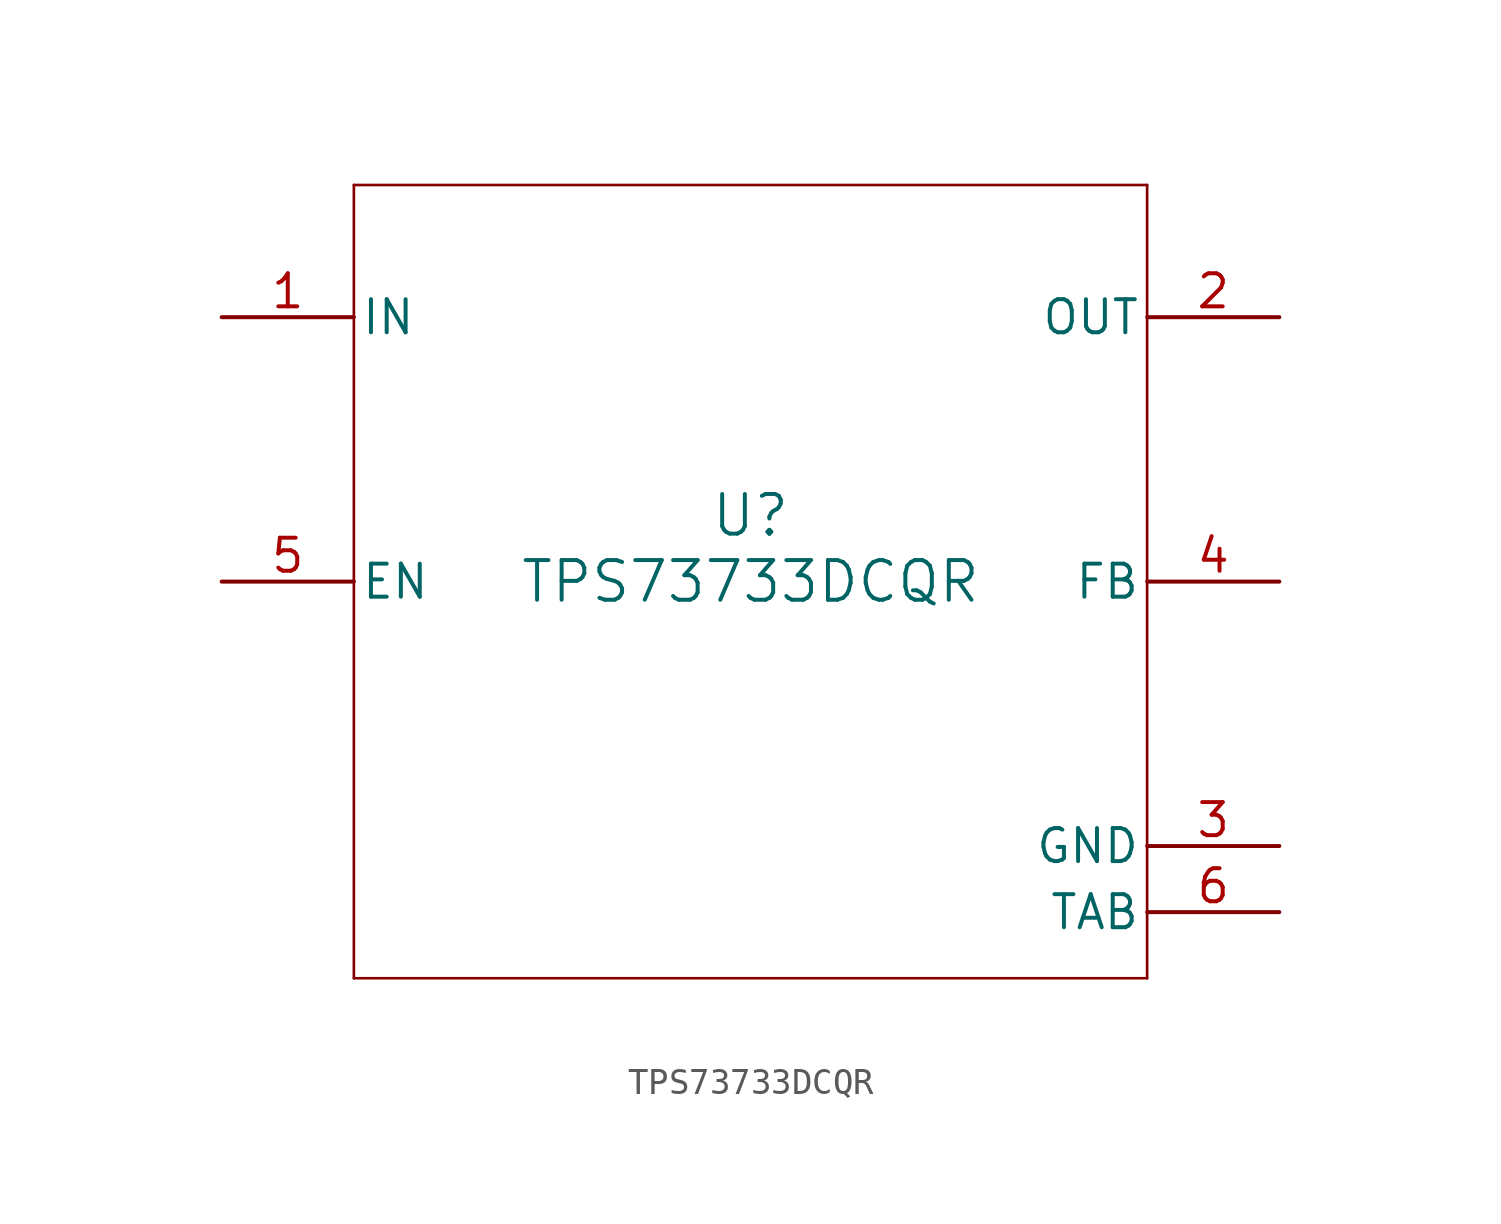
<source format=kicad_sym>
(kicad_symbol_lib
  (version 20211014)
  (generator kicad_symbol_editor)
  (symbol "TPS73733DCQR"
    (pin_names
      (offset 0.254))
    (property "Reference" "U"
      (at 0 2.54 0)
      (effects (font (size 1.524 1.524))))
    (property "Value" "TPS73733DCQR"
      (at 0 0 0)
      (effects (font (size 1.524 1.524))))
    (symbol "TPS73733DCQR_0_1"
      (polyline (pts (xy -15.24 -15.24) (xy 15.24 -15.24)) (stroke (width 0.102) (type default) (color 0 0 0 0)) (fill (type none)))
      (polyline (pts (xy 15.24 -15.24) (xy 15.24 15.24)) (stroke (width 0.102) (type default) (color 0 0 0 0)) (fill (type none)))
      (polyline (pts (xy 15.24 15.24) (xy -15.24 15.24)) (stroke (width 0.102) (type default) (color 0 0 0 0)) (fill (type none)))
      (polyline (pts (xy -15.24 15.24) (xy -15.24 -15.24)) (stroke (width 0.102) (type default) (color 0 0 0 0)) (fill (type none)))
      (pin power_in line (at -20.32 10.16 0) (length 5.08) (name "IN" (effects (font (size 1.27 1.27)))) (number "1" (effects (font (size 1.27 1.27)))))
      (pin output line (at 20.32 10.16 180) (length 5.08) (name "OUT" (effects (font (size 1.27 1.27)))) (number "2" (effects (font (size 1.27 1.27)))))
      (pin power_in line (at 20.32 -10.16 180) (length 5.08) (name "GND" (effects (font (size 1.27 1.27)))) (number "3" (effects (font (size 1.27 1.27)))))
      (pin unspecified line (at 20.32 0 180) (length 5.08) (name "FB" (effects (font (size 1.27 1.27)))) (number "4" (effects (font (size 1.27 1.27)))))
      (pin input line (at -20.32 0 0) (length 5.08) (name "EN" (effects (font (size 1.27 1.27)))) (number "5" (effects (font (size 1.27 1.27)))))
      (pin power_in line (at 20.32 -12.7 180) (length 5.08) (name "TAB" (effects (font (size 1.27 1.27)))) (number "6" (effects (font (size 1.27 1.27))))))))
</source>
